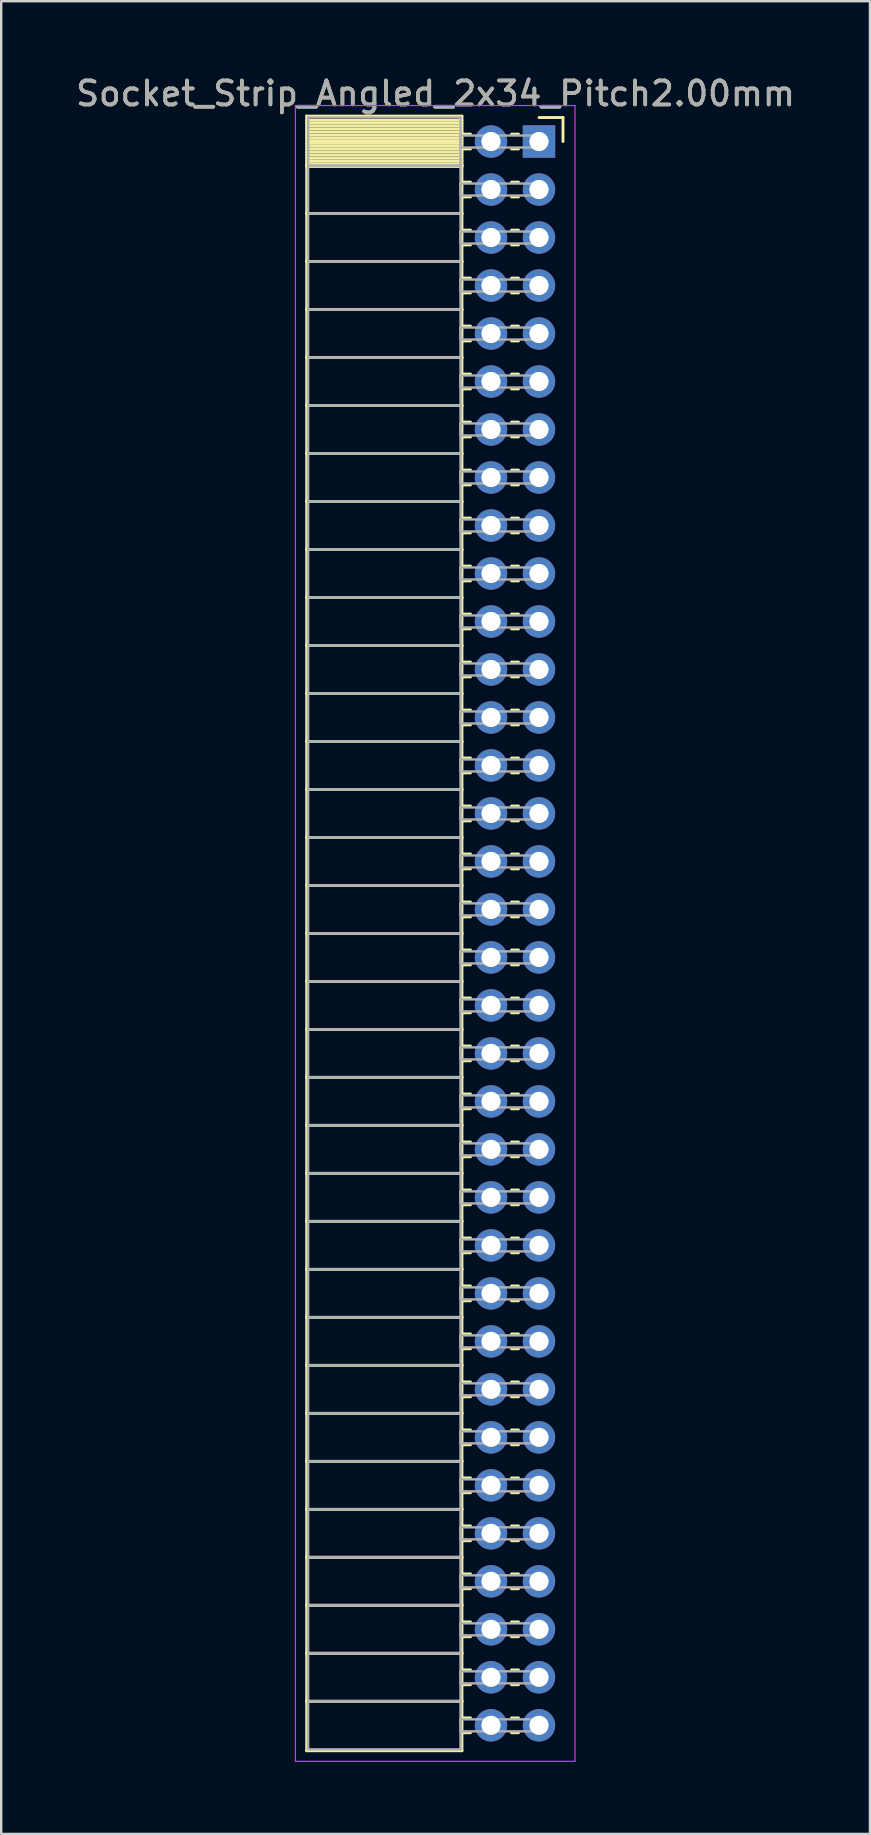
<source format=kicad_pcb>
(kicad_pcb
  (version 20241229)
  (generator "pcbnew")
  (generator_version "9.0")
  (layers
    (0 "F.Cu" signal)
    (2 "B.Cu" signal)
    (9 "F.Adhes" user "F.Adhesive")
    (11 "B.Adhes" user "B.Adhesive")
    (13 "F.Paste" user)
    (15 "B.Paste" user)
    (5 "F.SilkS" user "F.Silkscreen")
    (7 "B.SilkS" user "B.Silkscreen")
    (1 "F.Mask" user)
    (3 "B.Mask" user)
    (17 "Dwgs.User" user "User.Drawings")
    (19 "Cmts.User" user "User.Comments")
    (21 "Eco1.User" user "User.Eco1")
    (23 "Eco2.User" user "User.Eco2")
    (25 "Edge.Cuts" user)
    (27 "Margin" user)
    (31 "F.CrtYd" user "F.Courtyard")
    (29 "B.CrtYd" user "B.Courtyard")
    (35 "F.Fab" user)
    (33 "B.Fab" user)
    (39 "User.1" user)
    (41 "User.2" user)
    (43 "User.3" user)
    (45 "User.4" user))
  (footprint "Socket_Strip_Angled_2x34_Pitch2.00mm"
    (layer "F.Cu")
    (at 19.411 2.848)
    (property "Reference" "Socket_Strip_Angled_2x34_Pitch2.00mm" (at -4.31 -2 0) (layer "F.SilkS") (effects (font (size 1 1) (thickness 0.15))))
    (attr through_hole)
    (fp_line (start -9.68 -1.06) (end -3.21 -1.06) (stroke (width 0.12) (type solid)) (layer "F.SilkS"))
    (fp_line (start -9.68 1) (end -9.68 -1.06) (stroke (width 0.12) (type solid)) (layer "F.SilkS"))
    (fp_line (start -9.68 1) (end -3.21 1) (stroke (width 0.12) (type solid)) (layer "F.SilkS"))
    (fp_line (start -9.68 3) (end -9.68 1) (stroke (width 0.12) (type solid)) (layer "F.SilkS"))
    (fp_line (start -9.68 3) (end -3.21 3) (stroke (width 0.12) (type solid)) (layer "F.SilkS"))
    (fp_line (start -9.68 5) (end -9.68 3) (stroke (width 0.12) (type solid)) (layer "F.SilkS"))
    (fp_line (start -9.68 5) (end -3.21 5) (stroke (width 0.12) (type solid)) (layer "F.SilkS"))
    (fp_line (start -9.68 7) (end -9.68 5) (stroke (width 0.12) (type solid)) (layer "F.SilkS"))
    (fp_line (start -9.68 7) (end -3.21 7) (stroke (width 0.12) (type solid)) (layer "F.SilkS"))
    (fp_line (start -9.68 9) (end -9.68 7) (stroke (width 0.12) (type solid)) (layer "F.SilkS"))
    (fp_line (start -9.68 9) (end -3.21 9) (stroke (width 0.12) (type solid)) (layer "F.SilkS"))
    (fp_line (start -9.68 11) (end -9.68 9) (stroke (width 0.12) (type solid)) (layer "F.SilkS"))
    (fp_line (start -9.68 11) (end -3.21 11) (stroke (width 0.12) (type solid)) (layer "F.SilkS"))
    (fp_line (start -9.68 13) (end -9.68 11) (stroke (width 0.12) (type solid)) (layer "F.SilkS"))
    (fp_line (start -9.68 13) (end -3.21 13) (stroke (width 0.12) (type solid)) (layer "F.SilkS"))
    (fp_line (start -9.68 15) (end -9.68 13) (stroke (width 0.12) (type solid)) (layer "F.SilkS"))
    (fp_line (start -9.68 15) (end -3.21 15) (stroke (width 0.12) (type solid)) (layer "F.SilkS"))
    (fp_line (start -9.68 17) (end -9.68 15) (stroke (width 0.12) (type solid)) (layer "F.SilkS"))
    (fp_line (start -9.68 17) (end -3.21 17) (stroke (width 0.12) (type solid)) (layer "F.SilkS"))
    (fp_line (start -9.68 19) (end -9.68 17) (stroke (width 0.12) (type solid)) (layer "F.SilkS"))
    (fp_line (start -9.68 19) (end -3.21 19) (stroke (width 0.12) (type solid)) (layer "F.SilkS"))
    (fp_line (start -9.68 21) (end -9.68 19) (stroke (width 0.12) (type solid)) (layer "F.SilkS"))
    (fp_line (start -9.68 21) (end -3.21 21) (stroke (width 0.12) (type solid)) (layer "F.SilkS"))
    (fp_line (start -9.68 23) (end -9.68 21) (stroke (width 0.12) (type solid)) (layer "F.SilkS"))
    (fp_line (start -9.68 23) (end -3.21 23) (stroke (width 0.12) (type solid)) (layer "F.SilkS"))
    (fp_line (start -9.68 25) (end -9.68 23) (stroke (width 0.12) (type solid)) (layer "F.SilkS"))
    (fp_line (start -9.68 25) (end -3.21 25) (stroke (width 0.12) (type solid)) (layer "F.SilkS"))
    (fp_line (start -9.68 27) (end -9.68 25) (stroke (width 0.12) (type solid)) (layer "F.SilkS"))
    (fp_line (start -9.68 27) (end -3.21 27) (stroke (width 0.12) (type solid)) (layer "F.SilkS"))
    (fp_line (start -9.68 29) (end -9.68 27) (stroke (width 0.12) (type solid)) (layer "F.SilkS"))
    (fp_line (start -9.68 29) (end -3.21 29) (stroke (width 0.12) (type solid)) (layer "F.SilkS"))
    (fp_line (start -9.68 31) (end -9.68 29) (stroke (width 0.12) (type solid)) (layer "F.SilkS"))
    (fp_line (start -9.68 31) (end -3.21 31) (stroke (width 0.12) (type solid)) (layer "F.SilkS"))
    (fp_line (start -9.68 33) (end -9.68 31) (stroke (width 0.12) (type solid)) (layer "F.SilkS"))
    (fp_line (start -9.68 33) (end -3.21 33) (stroke (width 0.12) (type solid)) (layer "F.SilkS"))
    (fp_line (start -9.68 35) (end -9.68 33) (stroke (width 0.12) (type solid)) (layer "F.SilkS"))
    (fp_line (start -9.68 35) (end -3.21 35) (stroke (width 0.12) (type solid)) (layer "F.SilkS"))
    (fp_line (start -9.68 37) (end -9.68 35) (stroke (width 0.12) (type solid)) (layer "F.SilkS"))
    (fp_line (start -9.68 37) (end -3.21 37) (stroke (width 0.12) (type solid)) (layer "F.SilkS"))
    (fp_line (start -9.68 39) (end -9.68 37) (stroke (width 0.12) (type solid)) (layer "F.SilkS"))
    (fp_line (start -9.68 39) (end -3.21 39) (stroke (width 0.12) (type solid)) (layer "F.SilkS"))
    (fp_line (start -9.68 41) (end -9.68 39) (stroke (width 0.12) (type solid)) (layer "F.SilkS"))
    (fp_line (start -9.68 41) (end -3.21 41) (stroke (width 0.12) (type solid)) (layer "F.SilkS"))
    (fp_line (start -9.68 43) (end -9.68 41) (stroke (width 0.12) (type solid)) (layer "F.SilkS"))
    (fp_line (start -9.68 43) (end -3.21 43) (stroke (width 0.12) (type solid)) (layer "F.SilkS"))
    (fp_line (start -9.68 45) (end -9.68 43) (stroke (width 0.12) (type solid)) (layer "F.SilkS"))
    (fp_line (start -9.68 45) (end -3.21 45) (stroke (width 0.12) (type solid)) (layer "F.SilkS"))
    (fp_line (start -9.68 47) (end -9.68 45) (stroke (width 0.12) (type solid)) (layer "F.SilkS"))
    (fp_line (start -9.68 47) (end -3.21 47) (stroke (width 0.12) (type solid)) (layer "F.SilkS"))
    (fp_line (start -9.68 49) (end -9.68 47) (stroke (width 0.12) (type solid)) (layer "F.SilkS"))
    (fp_line (start -9.68 49) (end -3.21 49) (stroke (width 0.12) (type solid)) (layer "F.SilkS"))
    (fp_line (start -9.68 51) (end -9.68 49) (stroke (width 0.12) (type solid)) (layer "F.SilkS"))
    (fp_line (start -9.68 51) (end -3.21 51) (stroke (width 0.12) (type solid)) (layer "F.SilkS"))
    (fp_line (start -9.68 53) (end -9.68 51) (stroke (width 0.12) (type solid)) (layer "F.SilkS"))
    (fp_line (start -9.68 53) (end -3.21 53) (stroke (width 0.12) (type solid)) (layer "F.SilkS"))
    (fp_line (start -9.68 55) (end -9.68 53) (stroke (width 0.12) (type solid)) (layer "F.SilkS"))
    (fp_line (start -9.68 55) (end -3.21 55) (stroke (width 0.12) (type solid)) (layer "F.SilkS"))
    (fp_line (start -9.68 57) (end -9.68 55) (stroke (width 0.12) (type solid)) (layer "F.SilkS"))
    (fp_line (start -9.68 57) (end -3.21 57) (stroke (width 0.12) (type solid)) (layer "F.SilkS"))
    (fp_line (start -9.68 59) (end -9.68 57) (stroke (width 0.12) (type solid)) (layer "F.SilkS"))
    (fp_line (start -9.68 59) (end -3.21 59) (stroke (width 0.12) (type solid)) (layer "F.SilkS"))
    (fp_line (start -9.68 61) (end -9.68 59) (stroke (width 0.12) (type solid)) (layer "F.SilkS"))
    (fp_line (start -9.68 61) (end -3.21 61) (stroke (width 0.12) (type solid)) (layer "F.SilkS"))
    (fp_line (start -9.68 63) (end -9.68 61) (stroke (width 0.12) (type solid)) (layer "F.SilkS"))
    (fp_line (start -9.68 63) (end -3.21 63) (stroke (width 0.12) (type solid)) (layer "F.SilkS"))
    (fp_line (start -9.68 65) (end -9.68 63) (stroke (width 0.12) (type solid)) (layer "F.SilkS"))
    (fp_line (start -9.68 65) (end -3.21 65) (stroke (width 0.12) (type solid)) (layer "F.SilkS"))
    (fp_line (start -9.68 67.06) (end -9.68 65) (stroke (width 0.12) (type solid)) (layer "F.SilkS"))
    (fp_line (start -3.21 -1.06) (end -3.21 1) (stroke (width 0.12) (type solid)) (layer "F.SilkS"))
    (fp_line (start -3.21 -0.88) (end -9.68 -0.88) (stroke (width 0.12) (type solid)) (layer "F.SilkS"))
    (fp_line (start -3.21 -0.76) (end -9.68 -0.76) (stroke (width 0.12) (type solid)) (layer "F.SilkS"))
    (fp_line (start -3.21 -0.64) (end -9.68 -0.64) (stroke (width 0.12) (type solid)) (layer "F.SilkS"))
    (fp_line (start -3.21 -0.52) (end -9.68 -0.52) (stroke (width 0.12) (type solid)) (layer "F.SilkS"))
    (fp_line (start -3.21 -0.4) (end -9.68 -0.4) (stroke (width 0.12) (type solid)) (layer "F.SilkS"))
    (fp_line (start -3.21 -0.28) (end -9.68 -0.28) (stroke (width 0.12) (type solid)) (layer "F.SilkS"))
    (fp_line (start -3.21 -0.16) (end -9.68 -0.16) (stroke (width 0.12) (type solid)) (layer "F.SilkS"))
    (fp_line (start -3.21 -0.04) (end -9.68 -0.04) (stroke (width 0.12) (type solid)) (layer "F.SilkS"))
    (fp_line (start -3.21 0.08) (end -9.68 0.08) (stroke (width 0.12) (type solid)) (layer "F.SilkS"))
    (fp_line (start -3.21 0.2) (end -9.68 0.2) (stroke (width 0.12) (type solid)) (layer "F.SilkS"))
    (fp_line (start -3.21 0.32) (end -9.68 0.32) (stroke (width 0.12) (type solid)) (layer "F.SilkS"))
    (fp_line (start -3.21 0.44) (end -9.68 0.44) (stroke (width 0.12) (type solid)) (layer "F.SilkS"))
    (fp_line (start -3.21 0.56) (end -9.68 0.56) (stroke (width 0.12) (type solid)) (layer "F.SilkS"))
    (fp_line (start -3.21 0.68) (end -9.68 0.68) (stroke (width 0.12) (type solid)) (layer "F.SilkS"))
    (fp_line (start -3.21 0.8) (end -9.68 0.8) (stroke (width 0.12) (type solid)) (layer "F.SilkS"))
    (fp_line (start -3.21 0.92) (end -9.68 0.92) (stroke (width 0.12) (type solid)) (layer "F.SilkS"))
    (fp_line (start -3.21 1) (end -9.68 1) (stroke (width 0.12) (type solid)) (layer "F.SilkS"))
    (fp_line (start -3.21 1) (end -3.21 3) (stroke (width 0.12) (type solid)) (layer "F.SilkS"))
    (fp_line (start -3.21 1.04) (end -9.68 1.04) (stroke (width 0.12) (type solid)) (layer "F.SilkS"))
    (fp_line (start -3.21 3) (end -9.68 3) (stroke (width 0.12) (type solid)) (layer "F.SilkS"))
    (fp_line (start -3.21 3) (end -3.21 5) (stroke (width 0.12) (type solid)) (layer "F.SilkS"))
    (fp_line (start -3.21 5) (end -9.68 5) (stroke (width 0.12) (type solid)) (layer "F.SilkS"))
    (fp_line (start -3.21 5) (end -3.21 7) (stroke (width 0.12) (type solid)) (layer "F.SilkS"))
    (fp_line (start -3.21 7) (end -9.68 7) (stroke (width 0.12) (type solid)) (layer "F.SilkS"))
    (fp_line (start -3.21 7) (end -3.21 9) (stroke (width 0.12) (type solid)) (layer "F.SilkS"))
    (fp_line (start -3.21 9) (end -9.68 9) (stroke (width 0.12) (type solid)) (layer "F.SilkS"))
    (fp_line (start -3.21 9) (end -3.21 11) (stroke (width 0.12) (type solid)) (layer "F.SilkS"))
    (fp_line (start -3.21 11) (end -9.68 11) (stroke (width 0.12) (type solid)) (layer "F.SilkS"))
    (fp_line (start -3.21 11) (end -3.21 13) (stroke (width 0.12) (type solid)) (layer "F.SilkS"))
    (fp_line (start -3.21 13) (end -9.68 13) (stroke (width 0.12) (type solid)) (layer "F.SilkS"))
    (fp_line (start -3.21 13) (end -3.21 15) (stroke (width 0.12) (type solid)) (layer "F.SilkS"))
    (fp_line (start -3.21 15) (end -9.68 15) (stroke (width 0.12) (type solid)) (layer "F.SilkS"))
    (fp_line (start -3.21 15) (end -3.21 17) (stroke (width 0.12) (type solid)) (layer "F.SilkS"))
    (fp_line (start -3.21 17) (end -9.68 17) (stroke (width 0.12) (type solid)) (layer "F.SilkS"))
    (fp_line (start -3.21 17) (end -3.21 19) (stroke (width 0.12) (type solid)) (layer "F.SilkS"))
    (fp_line (start -3.21 19) (end -9.68 19) (stroke (width 0.12) (type solid)) (layer "F.SilkS"))
    (fp_line (start -3.21 19) (end -3.21 21) (stroke (width 0.12) (type solid)) (layer "F.SilkS"))
    (fp_line (start -3.21 21) (end -9.68 21) (stroke (width 0.12) (type solid)) (layer "F.SilkS"))
    (fp_line (start -3.21 21) (end -3.21 23) (stroke (width 0.12) (type solid)) (layer "F.SilkS"))
    (fp_line (start -3.21 23) (end -9.68 23) (stroke (width 0.12) (type solid)) (layer "F.SilkS"))
    (fp_line (start -3.21 23) (end -3.21 25) (stroke (width 0.12) (type solid)) (layer "F.SilkS"))
    (fp_line (start -3.21 25) (end -9.68 25) (stroke (width 0.12) (type solid)) (layer "F.SilkS"))
    (fp_line (start -3.21 25) (end -3.21 27) (stroke (width 0.12) (type solid)) (layer "F.SilkS"))
    (fp_line (start -3.21 27) (end -9.68 27) (stroke (width 0.12) (type solid)) (layer "F.SilkS"))
    (fp_line (start -3.21 27) (end -3.21 29) (stroke (width 0.12) (type solid)) (layer "F.SilkS"))
    (fp_line (start -3.21 29) (end -9.68 29) (stroke (width 0.12) (type solid)) (layer "F.SilkS"))
    (fp_line (start -3.21 29) (end -3.21 31) (stroke (width 0.12) (type solid)) (layer "F.SilkS"))
    (fp_line (start -3.21 31) (end -9.68 31) (stroke (width 0.12) (type solid)) (layer "F.SilkS"))
    (fp_line (start -3.21 31) (end -3.21 33) (stroke (width 0.12) (type solid)) (layer "F.SilkS"))
    (fp_line (start -3.21 33) (end -9.68 33) (stroke (width 0.12) (type solid)) (layer "F.SilkS"))
    (fp_line (start -3.21 33) (end -3.21 35) (stroke (width 0.12) (type solid)) (layer "F.SilkS"))
    (fp_line (start -3.21 35) (end -9.68 35) (stroke (width 0.12) (type solid)) (layer "F.SilkS"))
    (fp_line (start -3.21 35) (end -3.21 37) (stroke (width 0.12) (type solid)) (layer "F.SilkS"))
    (fp_line (start -3.21 37) (end -9.68 37) (stroke (width 0.12) (type solid)) (layer "F.SilkS"))
    (fp_line (start -3.21 37) (end -3.21 39) (stroke (width 0.12) (type solid)) (layer "F.SilkS"))
    (fp_line (start -3.21 39) (end -9.68 39) (stroke (width 0.12) (type solid)) (layer "F.SilkS"))
    (fp_line (start -3.21 39) (end -3.21 41) (stroke (width 0.12) (type solid)) (layer "F.SilkS"))
    (fp_line (start -3.21 41) (end -9.68 41) (stroke (width 0.12) (type solid)) (layer "F.SilkS"))
    (fp_line (start -3.21 41) (end -3.21 43) (stroke (width 0.12) (type solid)) (layer "F.SilkS"))
    (fp_line (start -3.21 43) (end -9.68 43) (stroke (width 0.12) (type solid)) (layer "F.SilkS"))
    (fp_line (start -3.21 43) (end -3.21 45) (stroke (width 0.12) (type solid)) (layer "F.SilkS"))
    (fp_line (start -3.21 45) (end -9.68 45) (stroke (width 0.12) (type solid)) (layer "F.SilkS"))
    (fp_line (start -3.21 45) (end -3.21 47) (stroke (width 0.12) (type solid)) (layer "F.SilkS"))
    (fp_line (start -3.21 47) (end -9.68 47) (stroke (width 0.12) (type solid)) (layer "F.SilkS"))
    (fp_line (start -3.21 47) (end -3.21 49) (stroke (width 0.12) (type solid)) (layer "F.SilkS"))
    (fp_line (start -3.21 49) (end -9.68 49) (stroke (width 0.12) (type solid)) (layer "F.SilkS"))
    (fp_line (start -3.21 49) (end -3.21 51) (stroke (width 0.12) (type solid)) (layer "F.SilkS"))
    (fp_line (start -3.21 51) (end -9.68 51) (stroke (width 0.12) (type solid)) (layer "F.SilkS"))
    (fp_line (start -3.21 51) (end -3.21 53) (stroke (width 0.12) (type solid)) (layer "F.SilkS"))
    (fp_line (start -3.21 53) (end -9.68 53) (stroke (width 0.12) (type solid)) (layer "F.SilkS"))
    (fp_line (start -3.21 53) (end -3.21 55) (stroke (width 0.12) (type solid)) (layer "F.SilkS"))
    (fp_line (start -3.21 55) (end -9.68 55) (stroke (width 0.12) (type solid)) (layer "F.SilkS"))
    (fp_line (start -3.21 55) (end -3.21 57) (stroke (width 0.12) (type solid)) (layer "F.SilkS"))
    (fp_line (start -3.21 57) (end -9.68 57) (stroke (width 0.12) (type solid)) (layer "F.SilkS"))
    (fp_line (start -3.21 57) (end -3.21 59) (stroke (width 0.12) (type solid)) (layer "F.SilkS"))
    (fp_line (start -3.21 59) (end -9.68 59) (stroke (width 0.12) (type solid)) (layer "F.SilkS"))
    (fp_line (start -3.21 59) (end -3.21 61) (stroke (width 0.12) (type solid)) (layer "F.SilkS"))
    (fp_line (start -3.21 61) (end -9.68 61) (stroke (width 0.12) (type solid)) (layer "F.SilkS"))
    (fp_line (start -3.21 61) (end -3.21 63) (stroke (width 0.12) (type solid)) (layer "F.SilkS"))
    (fp_line (start -3.21 63) (end -9.68 63) (stroke (width 0.12) (type solid)) (layer "F.SilkS"))
    (fp_line (start -3.21 63) (end -3.21 65) (stroke (width 0.12) (type solid)) (layer "F.SilkS"))
    (fp_line (start -3.21 65) (end -9.68 65) (stroke (width 0.12) (type solid)) (layer "F.SilkS"))
    (fp_line (start -3.21 65) (end -3.21 67.06) (stroke (width 0.12) (type solid)) (layer "F.SilkS"))
    (fp_line (start -3.21 67.06) (end -9.68 67.06) (stroke (width 0.12) (type solid)) (layer "F.SilkS"))
    (fp_line (start -2.855 -0.31) (end -3.21 -0.31) (stroke (width 0.12) (type solid)) (layer "F.SilkS"))
    (fp_line (start -2.855 0.31) (end -3.21 0.31) (stroke (width 0.12) (type solid)) (layer "F.SilkS"))
    (fp_line (start -2.855 1.69) (end -3.21 1.69) (stroke (width 0.12) (type solid)) (layer "F.SilkS"))
    (fp_line (start -2.855 2.31) (end -3.21 2.31) (stroke (width 0.12) (type solid)) (layer "F.SilkS"))
    (fp_line (start -2.855 3.69) (end -3.21 3.69) (stroke (width 0.12) (type solid)) (layer "F.SilkS"))
    (fp_line (start -2.855 4.31) (end -3.21 4.31) (stroke (width 0.12) (type solid)) (layer "F.SilkS"))
    (fp_line (start -2.855 5.69) (end -3.21 5.69) (stroke (width 0.12) (type solid)) (layer "F.SilkS"))
    (fp_line (start -2.855 6.31) (end -3.21 6.31) (stroke (width 0.12) (type solid)) (layer "F.SilkS"))
    (fp_line (start -2.855 7.69) (end -3.21 7.69) (stroke (width 0.12) (type solid)) (layer "F.SilkS"))
    (fp_line (start -2.855 8.31) (end -3.21 8.31) (stroke (width 0.12) (type solid)) (layer "F.SilkS"))
    (fp_line (start -2.855 9.69) (end -3.21 9.69) (stroke (width 0.12) (type solid)) (layer "F.SilkS"))
    (fp_line (start -2.855 10.31) (end -3.21 10.31) (stroke (width 0.12) (type solid)) (layer "F.SilkS"))
    (fp_line (start -2.855 11.69) (end -3.21 11.69) (stroke (width 0.12) (type solid)) (layer "F.SilkS"))
    (fp_line (start -2.855 12.31) (end -3.21 12.31) (stroke (width 0.12) (type solid)) (layer "F.SilkS"))
    (fp_line (start -2.855 13.69) (end -3.21 13.69) (stroke (width 0.12) (type solid)) (layer "F.SilkS"))
    (fp_line (start -2.855 14.31) (end -3.21 14.31) (stroke (width 0.12) (type solid)) (layer "F.SilkS"))
    (fp_line (start -2.855 15.69) (end -3.21 15.69) (stroke (width 0.12) (type solid)) (layer "F.SilkS"))
    (fp_line (start -2.855 16.31) (end -3.21 16.31) (stroke (width 0.12) (type solid)) (layer "F.SilkS"))
    (fp_line (start -2.855 17.69) (end -3.21 17.69) (stroke (width 0.12) (type solid)) (layer "F.SilkS"))
    (fp_line (start -2.855 18.31) (end -3.21 18.31) (stroke (width 0.12) (type solid)) (layer "F.SilkS"))
    (fp_line (start -2.855 19.69) (end -3.21 19.69) (stroke (width 0.12) (type solid)) (layer "F.SilkS"))
    (fp_line (start -2.855 20.31) (end -3.21 20.31) (stroke (width 0.12) (type solid)) (layer "F.SilkS"))
    (fp_line (start -2.855 21.69) (end -3.21 21.69) (stroke (width 0.12) (type solid)) (layer "F.SilkS"))
    (fp_line (start -2.855 22.31) (end -3.21 22.31) (stroke (width 0.12) (type solid)) (layer "F.SilkS"))
    (fp_line (start -2.855 23.69) (end -3.21 23.69) (stroke (width 0.12) (type solid)) (layer "F.SilkS"))
    (fp_line (start -2.855 24.31) (end -3.21 24.31) (stroke (width 0.12) (type solid)) (layer "F.SilkS"))
    (fp_line (start -2.855 25.69) (end -3.21 25.69) (stroke (width 0.12) (type solid)) (layer "F.SilkS"))
    (fp_line (start -2.855 26.31) (end -3.21 26.31) (stroke (width 0.12) (type solid)) (layer "F.SilkS"))
    (fp_line (start -2.855 27.69) (end -3.21 27.69) (stroke (width 0.12) (type solid)) (layer "F.SilkS"))
    (fp_line (start -2.855 28.31) (end -3.21 28.31) (stroke (width 0.12) (type solid)) (layer "F.SilkS"))
    (fp_line (start -2.855 29.69) (end -3.21 29.69) (stroke (width 0.12) (type solid)) (layer "F.SilkS"))
    (fp_line (start -2.855 30.31) (end -3.21 30.31) (stroke (width 0.12) (type solid)) (layer "F.SilkS"))
    (fp_line (start -2.855 31.69) (end -3.21 31.69) (stroke (width 0.12) (type solid)) (layer "F.SilkS"))
    (fp_line (start -2.855 32.31) (end -3.21 32.31) (stroke (width 0.12) (type solid)) (layer "F.SilkS"))
    (fp_line (start -2.855 33.69) (end -3.21 33.69) (stroke (width 0.12) (type solid)) (layer "F.SilkS"))
    (fp_line (start -2.855 34.31) (end -3.21 34.31) (stroke (width 0.12) (type solid)) (layer "F.SilkS"))
    (fp_line (start -2.855 35.69) (end -3.21 35.69) (stroke (width 0.12) (type solid)) (layer "F.SilkS"))
    (fp_line (start -2.855 36.31) (end -3.21 36.31) (stroke (width 0.12) (type solid)) (layer "F.SilkS"))
    (fp_line (start -2.855 37.69) (end -3.21 37.69) (stroke (width 0.12) (type solid)) (layer "F.SilkS"))
    (fp_line (start -2.855 38.31) (end -3.21 38.31) (stroke (width 0.12) (type solid)) (layer "F.SilkS"))
    (fp_line (start -2.855 39.69) (end -3.21 39.69) (stroke (width 0.12) (type solid)) (layer "F.SilkS"))
    (fp_line (start -2.855 40.31) (end -3.21 40.31) (stroke (width 0.12) (type solid)) (layer "F.SilkS"))
    (fp_line (start -2.855 41.69) (end -3.21 41.69) (stroke (width 0.12) (type solid)) (layer "F.SilkS"))
    (fp_line (start -2.855 42.31) (end -3.21 42.31) (stroke (width 0.12) (type solid)) (layer "F.SilkS"))
    (fp_line (start -2.855 43.69) (end -3.21 43.69) (stroke (width 0.12) (type solid)) (layer "F.SilkS"))
    (fp_line (start -2.855 44.31) (end -3.21 44.31) (stroke (width 0.12) (type solid)) (layer "F.SilkS"))
    (fp_line (start -2.855 45.69) (end -3.21 45.69) (stroke (width 0.12) (type solid)) (layer "F.SilkS"))
    (fp_line (start -2.855 46.31) (end -3.21 46.31) (stroke (width 0.12) (type solid)) (layer "F.SilkS"))
    (fp_line (start -2.855 47.69) (end -3.21 47.69) (stroke (width 0.12) (type solid)) (layer "F.SilkS"))
    (fp_line (start -2.855 48.31) (end -3.21 48.31) (stroke (width 0.12) (type solid)) (layer "F.SilkS"))
    (fp_line (start -2.855 49.69) (end -3.21 49.69) (stroke (width 0.12) (type solid)) (layer "F.SilkS"))
    (fp_line (start -2.855 50.31) (end -3.21 50.31) (stroke (width 0.12) (type solid)) (layer "F.SilkS"))
    (fp_line (start -2.855 51.69) (end -3.21 51.69) (stroke (width 0.12) (type solid)) (layer "F.SilkS"))
    (fp_line (start -2.855 52.31) (end -3.21 52.31) (stroke (width 0.12) (type solid)) (layer "F.SilkS"))
    (fp_line (start -2.855 53.69) (end -3.21 53.69) (stroke (width 0.12) (type solid)) (layer "F.SilkS"))
    (fp_line (start -2.855 54.31) (end -3.21 54.31) (stroke (width 0.12) (type solid)) (layer "F.SilkS"))
    (fp_line (start -2.855 55.69) (end -3.21 55.69) (stroke (width 0.12) (type solid)) (layer "F.SilkS"))
    (fp_line (start -2.855 56.31) (end -3.21 56.31) (stroke (width 0.12) (type solid)) (layer "F.SilkS"))
    (fp_line (start -2.855 57.69) (end -3.21 57.69) (stroke (width 0.12) (type solid)) (layer "F.SilkS"))
    (fp_line (start -2.855 58.31) (end -3.21 58.31) (stroke (width 0.12) (type solid)) (layer "F.SilkS"))
    (fp_line (start -2.855 59.69) (end -3.21 59.69) (stroke (width 0.12) (type solid)) (layer "F.SilkS"))
    (fp_line (start -2.855 60.31) (end -3.21 60.31) (stroke (width 0.12) (type solid)) (layer "F.SilkS"))
    (fp_line (start -2.855 61.69) (end -3.21 61.69) (stroke (width 0.12) (type solid)) (layer "F.SilkS"))
    (fp_line (start -2.855 62.31) (end -3.21 62.31) (stroke (width 0.12) (type solid)) (layer "F.SilkS"))
    (fp_line (start -2.855 63.69) (end -3.21 63.69) (stroke (width 0.12) (type solid)) (layer "F.SilkS"))
    (fp_line (start -2.855 64.31) (end -3.21 64.31) (stroke (width 0.12) (type solid)) (layer "F.SilkS"))
    (fp_line (start -2.855 65.69) (end -3.21 65.69) (stroke (width 0.12) (type solid)) (layer "F.SilkS"))
    (fp_line (start -2.855 66.31) (end -3.21 66.31) (stroke (width 0.12) (type solid)) (layer "F.SilkS"))
    (fp_line (start -0.855 -0.31) (end -1.145 -0.31) (stroke (width 0.12) (type solid)) (layer "F.SilkS"))
    (fp_line (start -0.855 0.31) (end -1.145 0.31) (stroke (width 0.12) (type solid)) (layer "F.SilkS"))
    (fp_line (start -0.855 1.69) (end -1.145 1.69) (stroke (width 0.12) (type solid)) (layer "F.SilkS"))
    (fp_line (start -0.855 2.31) (end -1.145 2.31) (stroke (width 0.12) (type solid)) (layer "F.SilkS"))
    (fp_line (start -0.855 3.69) (end -1.145 3.69) (stroke (width 0.12) (type solid)) (layer "F.SilkS"))
    (fp_line (start -0.855 4.31) (end -1.145 4.31) (stroke (width 0.12) (type solid)) (layer "F.SilkS"))
    (fp_line (start -0.855 5.69) (end -1.145 5.69) (stroke (width 0.12) (type solid)) (layer "F.SilkS"))
    (fp_line (start -0.855 6.31) (end -1.145 6.31) (stroke (width 0.12) (type solid)) (layer "F.SilkS"))
    (fp_line (start -0.855 7.69) (end -1.145 7.69) (stroke (width 0.12) (type solid)) (layer "F.SilkS"))
    (fp_line (start -0.855 8.31) (end -1.145 8.31) (stroke (width 0.12) (type solid)) (layer "F.SilkS"))
    (fp_line (start -0.855 9.69) (end -1.145 9.69) (stroke (width 0.12) (type solid)) (layer "F.SilkS"))
    (fp_line (start -0.855 10.31) (end -1.145 10.31) (stroke (width 0.12) (type solid)) (layer "F.SilkS"))
    (fp_line (start -0.855 11.69) (end -1.145 11.69) (stroke (width 0.12) (type solid)) (layer "F.SilkS"))
    (fp_line (start -0.855 12.31) (end -1.145 12.31) (stroke (width 0.12) (type solid)) (layer "F.SilkS"))
    (fp_line (start -0.855 13.69) (end -1.145 13.69) (stroke (width 0.12) (type solid)) (layer "F.SilkS"))
    (fp_line (start -0.855 14.31) (end -1.145 14.31) (stroke (width 0.12) (type solid)) (layer "F.SilkS"))
    (fp_line (start -0.855 15.69) (end -1.145 15.69) (stroke (width 0.12) (type solid)) (layer "F.SilkS"))
    (fp_line (start -0.855 16.31) (end -1.145 16.31) (stroke (width 0.12) (type solid)) (layer "F.SilkS"))
    (fp_line (start -0.855 17.69) (end -1.145 17.69) (stroke (width 0.12) (type solid)) (layer "F.SilkS"))
    (fp_line (start -0.855 18.31) (end -1.145 18.31) (stroke (width 0.12) (type solid)) (layer "F.SilkS"))
    (fp_line (start -0.855 19.69) (end -1.145 19.69) (stroke (width 0.12) (type solid)) (layer "F.SilkS"))
    (fp_line (start -0.855 20.31) (end -1.145 20.31) (stroke (width 0.12) (type solid)) (layer "F.SilkS"))
    (fp_line (start -0.855 21.69) (end -1.145 21.69) (stroke (width 0.12) (type solid)) (layer "F.SilkS"))
    (fp_line (start -0.855 22.31) (end -1.145 22.31) (stroke (width 0.12) (type solid)) (layer "F.SilkS"))
    (fp_line (start -0.855 23.69) (end -1.145 23.69) (stroke (width 0.12) (type solid)) (layer "F.SilkS"))
    (fp_line (start -0.855 24.31) (end -1.145 24.31) (stroke (width 0.12) (type solid)) (layer "F.SilkS"))
    (fp_line (start -0.855 25.69) (end -1.145 25.69) (stroke (width 0.12) (type solid)) (layer "F.SilkS"))
    (fp_line (start -0.855 26.31) (end -1.145 26.31) (stroke (width 0.12) (type solid)) (layer "F.SilkS"))
    (fp_line (start -0.855 27.69) (end -1.145 27.69) (stroke (width 0.12) (type solid)) (layer "F.SilkS"))
    (fp_line (start -0.855 28.31) (end -1.145 28.31) (stroke (width 0.12) (type solid)) (layer "F.SilkS"))
    (fp_line (start -0.855 29.69) (end -1.145 29.69) (stroke (width 0.12) (type solid)) (layer "F.SilkS"))
    (fp_line (start -0.855 30.31) (end -1.145 30.31) (stroke (width 0.12) (type solid)) (layer "F.SilkS"))
    (fp_line (start -0.855 31.69) (end -1.145 31.69) (stroke (width 0.12) (type solid)) (layer "F.SilkS"))
    (fp_line (start -0.855 32.31) (end -1.145 32.31) (stroke (width 0.12) (type solid)) (layer "F.SilkS"))
    (fp_line (start -0.855 33.69) (end -1.145 33.69) (stroke (width 0.12) (type solid)) (layer "F.SilkS"))
    (fp_line (start -0.855 34.31) (end -1.145 34.31) (stroke (width 0.12) (type solid)) (layer "F.SilkS"))
    (fp_line (start -0.855 35.69) (end -1.145 35.69) (stroke (width 0.12) (type solid)) (layer "F.SilkS"))
    (fp_line (start -0.855 36.31) (end -1.145 36.31) (stroke (width 0.12) (type solid)) (layer "F.SilkS"))
    (fp_line (start -0.855 37.69) (end -1.145 37.69) (stroke (width 0.12) (type solid)) (layer "F.SilkS"))
    (fp_line (start -0.855 38.31) (end -1.145 38.31) (stroke (width 0.12) (type solid)) (layer "F.SilkS"))
    (fp_line (start -0.855 39.69) (end -1.145 39.69) (stroke (width 0.12) (type solid)) (layer "F.SilkS"))
    (fp_line (start -0.855 40.31) (end -1.145 40.31) (stroke (width 0.12) (type solid)) (layer "F.SilkS"))
    (fp_line (start -0.855 41.69) (end -1.145 41.69) (stroke (width 0.12) (type solid)) (layer "F.SilkS"))
    (fp_line (start -0.855 42.31) (end -1.145 42.31) (stroke (width 0.12) (type solid)) (layer "F.SilkS"))
    (fp_line (start -0.855 43.69) (end -1.145 43.69) (stroke (width 0.12) (type solid)) (layer "F.SilkS"))
    (fp_line (start -0.855 44.31) (end -1.145 44.31) (stroke (width 0.12) (type solid)) (layer "F.SilkS"))
    (fp_line (start -0.855 45.69) (end -1.145 45.69) (stroke (width 0.12) (type solid)) (layer "F.SilkS"))
    (fp_line (start -0.855 46.31) (end -1.145 46.31) (stroke (width 0.12) (type solid)) (layer "F.SilkS"))
    (fp_line (start -0.855 47.69) (end -1.145 47.69) (stroke (width 0.12) (type solid)) (layer "F.SilkS"))
    (fp_line (start -0.855 48.31) (end -1.145 48.31) (stroke (width 0.12) (type solid)) (layer "F.SilkS"))
    (fp_line (start -0.855 49.69) (end -1.145 49.69) (stroke (width 0.12) (type solid)) (layer "F.SilkS"))
    (fp_line (start -0.855 50.31) (end -1.145 50.31) (stroke (width 0.12) (type solid)) (layer "F.SilkS"))
    (fp_line (start -0.855 51.69) (end -1.145 51.69) (stroke (width 0.12) (type solid)) (layer "F.SilkS"))
    (fp_line (start -0.855 52.31) (end -1.145 52.31) (stroke (width 0.12) (type solid)) (layer "F.SilkS"))
    (fp_line (start -0.855 53.69) (end -1.145 53.69) (stroke (width 0.12) (type solid)) (layer "F.SilkS"))
    (fp_line (start -0.855 54.31) (end -1.145 54.31) (stroke (width 0.12) (type solid)) (layer "F.SilkS"))
    (fp_line (start -0.855 55.69) (end -1.145 55.69) (stroke (width 0.12) (type solid)) (layer "F.SilkS"))
    (fp_line (start -0.855 56.31) (end -1.145 56.31) (stroke (width 0.12) (type solid)) (layer "F.SilkS"))
    (fp_line (start -0.855 57.69) (end -1.145 57.69) (stroke (width 0.12) (type solid)) (layer "F.SilkS"))
    (fp_line (start -0.855 58.31) (end -1.145 58.31) (stroke (width 0.12) (type solid)) (layer "F.SilkS"))
    (fp_line (start -0.855 59.69) (end -1.145 59.69) (stroke (width 0.12) (type solid)) (layer "F.SilkS"))
    (fp_line (start -0.855 60.31) (end -1.145 60.31) (stroke (width 0.12) (type solid)) (layer "F.SilkS"))
    (fp_line (start -0.855 61.69) (end -1.145 61.69) (stroke (width 0.12) (type solid)) (layer "F.SilkS"))
    (fp_line (start -0.855 62.31) (end -1.145 62.31) (stroke (width 0.12) (type solid)) (layer "F.SilkS"))
    (fp_line (start -0.855 63.69) (end -1.145 63.69) (stroke (width 0.12) (type solid)) (layer "F.SilkS"))
    (fp_line (start -0.855 64.31) (end -1.145 64.31) (stroke (width 0.12) (type solid)) (layer "F.SilkS"))
    (fp_line (start -0.855 65.69) (end -1.145 65.69) (stroke (width 0.12) (type solid)) (layer "F.SilkS"))
    (fp_line (start -0.855 66.31) (end -1.145 66.31) (stroke (width 0.12) (type solid)) (layer "F.SilkS"))
    (fp_line (start 0 -1) (end 1 -1) (stroke (width 0.12) (type solid)) (layer "F.SilkS"))
    (fp_line (start 1 -1) (end 1 0) (stroke (width 0.12) (type solid)) (layer "F.SilkS"))
    (fp_line (start -10.15 -1.5) (end 1.5 -1.5) (stroke (width 0.05) (type solid)) (layer "F.CrtYd"))
    (fp_line (start -10.15 67.5) (end -10.15 -1.5) (stroke (width 0.05) (type solid)) (layer "F.CrtYd"))
    (fp_line (start 1.5 -1.5) (end 1.5 67.5) (stroke (width 0.05) (type solid)) (layer "F.CrtYd"))
    (fp_line (start 1.5 67.5) (end -10.15 67.5) (stroke (width 0.05) (type solid)) (layer "F.CrtYd"))
    (fp_line (start -9.62 -1) (end -3.27 -1) (stroke (width 0.1) (type solid)) (layer "F.Fab"))
    (fp_line (start -9.62 1) (end -9.62 -1) (stroke (width 0.1) (type solid)) (layer "F.Fab"))
    (fp_line (start -9.62 1) (end -3.27 1) (stroke (width 0.1) (type solid)) (layer "F.Fab"))
    (fp_line (start -9.62 3) (end -9.62 1) (stroke (width 0.1) (type solid)) (layer "F.Fab"))
    (fp_line (start -9.62 3) (end -3.27 3) (stroke (width 0.1) (type solid)) (layer "F.Fab"))
    (fp_line (start -9.62 5) (end -9.62 3) (stroke (width 0.1) (type solid)) (layer "F.Fab"))
    (fp_line (start -9.62 5) (end -3.27 5) (stroke (width 0.1) (type solid)) (layer "F.Fab"))
    (fp_line (start -9.62 7) (end -9.62 5) (stroke (width 0.1) (type solid)) (layer "F.Fab"))
    (fp_line (start -9.62 7) (end -3.27 7) (stroke (width 0.1) (type solid)) (layer "F.Fab"))
    (fp_line (start -9.62 9) (end -9.62 7) (stroke (width 0.1) (type solid)) (layer "F.Fab"))
    (fp_line (start -9.62 9) (end -3.27 9) (stroke (width 0.1) (type solid)) (layer "F.Fab"))
    (fp_line (start -9.62 11) (end -9.62 9) (stroke (width 0.1) (type solid)) (layer "F.Fab"))
    (fp_line (start -9.62 11) (end -3.27 11) (stroke (width 0.1) (type solid)) (layer "F.Fab"))
    (fp_line (start -9.62 13) (end -9.62 11) (stroke (width 0.1) (type solid)) (layer "F.Fab"))
    (fp_line (start -9.62 13) (end -3.27 13) (stroke (width 0.1) (type solid)) (layer "F.Fab"))
    (fp_line (start -9.62 15) (end -9.62 13) (stroke (width 0.1) (type solid)) (layer "F.Fab"))
    (fp_line (start -9.62 15) (end -3.27 15) (stroke (width 0.1) (type solid)) (layer "F.Fab"))
    (fp_line (start -9.62 17) (end -9.62 15) (stroke (width 0.1) (type solid)) (layer "F.Fab"))
    (fp_line (start -9.62 17) (end -3.27 17) (stroke (width 0.1) (type solid)) (layer "F.Fab"))
    (fp_line (start -9.62 19) (end -9.62 17) (stroke (width 0.1) (type solid)) (layer "F.Fab"))
    (fp_line (start -9.62 19) (end -3.27 19) (stroke (width 0.1) (type solid)) (layer "F.Fab"))
    (fp_line (start -9.62 21) (end -9.62 19) (stroke (width 0.1) (type solid)) (layer "F.Fab"))
    (fp_line (start -9.62 21) (end -3.27 21) (stroke (width 0.1) (type solid)) (layer "F.Fab"))
    (fp_line (start -9.62 23) (end -9.62 21) (stroke (width 0.1) (type solid)) (layer "F.Fab"))
    (fp_line (start -9.62 23) (end -3.27 23) (stroke (width 0.1) (type solid)) (layer "F.Fab"))
    (fp_line (start -9.62 25) (end -9.62 23) (stroke (width 0.1) (type solid)) (layer "F.Fab"))
    (fp_line (start -9.62 25) (end -3.27 25) (stroke (width 0.1) (type solid)) (layer "F.Fab"))
    (fp_line (start -9.62 27) (end -9.62 25) (stroke (width 0.1) (type solid)) (layer "F.Fab"))
    (fp_line (start -9.62 27) (end -3.27 27) (stroke (width 0.1) (type solid)) (layer "F.Fab"))
    (fp_line (start -9.62 29) (end -9.62 27) (stroke (width 0.1) (type solid)) (layer "F.Fab"))
    (fp_line (start -9.62 29) (end -3.27 29) (stroke (width 0.1) (type solid)) (layer "F.Fab"))
    (fp_line (start -9.62 31) (end -9.62 29) (stroke (width 0.1) (type solid)) (layer "F.Fab"))
    (fp_line (start -9.62 31) (end -3.27 31) (stroke (width 0.1) (type solid)) (layer "F.Fab"))
    (fp_line (start -9.62 33) (end -9.62 31) (stroke (width 0.1) (type solid)) (layer "F.Fab"))
    (fp_line (start -9.62 33) (end -3.27 33) (stroke (width 0.1) (type solid)) (layer "F.Fab"))
    (fp_line (start -9.62 35) (end -9.62 33) (stroke (width 0.1) (type solid)) (layer "F.Fab"))
    (fp_line (start -9.62 35) (end -3.27 35) (stroke (width 0.1) (type solid)) (layer "F.Fab"))
    (fp_line (start -9.62 37) (end -9.62 35) (stroke (width 0.1) (type solid)) (layer "F.Fab"))
    (fp_line (start -9.62 37) (end -3.27 37) (stroke (width 0.1) (type solid)) (layer "F.Fab"))
    (fp_line (start -9.62 39) (end -9.62 37) (stroke (width 0.1) (type solid)) (layer "F.Fab"))
    (fp_line (start -9.62 39) (end -3.27 39) (stroke (width 0.1) (type solid)) (layer "F.Fab"))
    (fp_line (start -9.62 41) (end -9.62 39) (stroke (width 0.1) (type solid)) (layer "F.Fab"))
    (fp_line (start -9.62 41) (end -3.27 41) (stroke (width 0.1) (type solid)) (layer "F.Fab"))
    (fp_line (start -9.62 43) (end -9.62 41) (stroke (width 0.1) (type solid)) (layer "F.Fab"))
    (fp_line (start -9.62 43) (end -3.27 43) (stroke (width 0.1) (type solid)) (layer "F.Fab"))
    (fp_line (start -9.62 45) (end -9.62 43) (stroke (width 0.1) (type solid)) (layer "F.Fab"))
    (fp_line (start -9.62 45) (end -3.27 45) (stroke (width 0.1) (type solid)) (layer "F.Fab"))
    (fp_line (start -9.62 47) (end -9.62 45) (stroke (width 0.1) (type solid)) (layer "F.Fab"))
    (fp_line (start -9.62 47) (end -3.27 47) (stroke (width 0.1) (type solid)) (layer "F.Fab"))
    (fp_line (start -9.62 49) (end -9.62 47) (stroke (width 0.1) (type solid)) (layer "F.Fab"))
    (fp_line (start -9.62 49) (end -3.27 49) (stroke (width 0.1) (type solid)) (layer "F.Fab"))
    (fp_line (start -9.62 51) (end -9.62 49) (stroke (width 0.1) (type solid)) (layer "F.Fab"))
    (fp_line (start -9.62 51) (end -3.27 51) (stroke (width 0.1) (type solid)) (layer "F.Fab"))
    (fp_line (start -9.62 53) (end -9.62 51) (stroke (width 0.1) (type solid)) (layer "F.Fab"))
    (fp_line (start -9.62 53) (end -3.27 53) (stroke (width 0.1) (type solid)) (layer "F.Fab"))
    (fp_line (start -9.62 55) (end -9.62 53) (stroke (width 0.1) (type solid)) (layer "F.Fab"))
    (fp_line (start -9.62 55) (end -3.27 55) (stroke (width 0.1) (type solid)) (layer "F.Fab"))
    (fp_line (start -9.62 57) (end -9.62 55) (stroke (width 0.1) (type solid)) (layer "F.Fab"))
    (fp_line (start -9.62 57) (end -3.27 57) (stroke (width 0.1) (type solid)) (layer "F.Fab"))
    (fp_line (start -9.62 59) (end -9.62 57) (stroke (width 0.1) (type solid)) (layer "F.Fab"))
    (fp_line (start -9.62 59) (end -3.27 59) (stroke (width 0.1) (type solid)) (layer "F.Fab"))
    (fp_line (start -9.62 61) (end -9.62 59) (stroke (width 0.1) (type solid)) (layer "F.Fab"))
    (fp_line (start -9.62 61) (end -3.27 61) (stroke (width 0.1) (type solid)) (layer "F.Fab"))
    (fp_line (start -9.62 63) (end -9.62 61) (stroke (width 0.1) (type solid)) (layer "F.Fab"))
    (fp_line (start -9.62 63) (end -3.27 63) (stroke (width 0.1) (type solid)) (layer "F.Fab"))
    (fp_line (start -9.62 65) (end -9.62 63) (stroke (width 0.1) (type solid)) (layer "F.Fab"))
    (fp_line (start -9.62 65) (end -3.27 65) (stroke (width 0.1) (type solid)) (layer "F.Fab"))
    (fp_line (start -9.62 67) (end -9.62 65) (stroke (width 0.1) (type solid)) (layer "F.Fab"))
    (fp_line (start -3.27 -1) (end -3.27 1) (stroke (width 0.1) (type solid)) (layer "F.Fab"))
    (fp_line (start -3.27 -0.25) (end 0 -0.25) (stroke (width 0.1) (type solid)) (layer "F.Fab"))
    (fp_line (start -3.27 0.25) (end -3.27 -0.25) (stroke (width 0.1) (type solid)) (layer "F.Fab"))
    (fp_line (start -3.27 1) (end -9.62 1) (stroke (width 0.1) (type solid)) (layer "F.Fab"))
    (fp_line (start -3.27 1) (end -3.27 3) (stroke (width 0.1) (type solid)) (layer "F.Fab"))
    (fp_line (start -3.27 1.75) (end 0 1.75) (stroke (width 0.1) (type solid)) (layer "F.Fab"))
    (fp_line (start -3.27 2.25) (end -3.27 1.75) (stroke (width 0.1) (type solid)) (layer "F.Fab"))
    (fp_line (start -3.27 3) (end -9.62 3) (stroke (width 0.1) (type solid)) (layer "F.Fab"))
    (fp_line (start -3.27 3) (end -3.27 5) (stroke (width 0.1) (type solid)) (layer "F.Fab"))
    (fp_line (start -3.27 3.75) (end 0 3.75) (stroke (width 0.1) (type solid)) (layer "F.Fab"))
    (fp_line (start -3.27 4.25) (end -3.27 3.75) (stroke (width 0.1) (type solid)) (layer "F.Fab"))
    (fp_line (start -3.27 5) (end -9.62 5) (stroke (width 0.1) (type solid)) (layer "F.Fab"))
    (fp_line (start -3.27 5) (end -3.27 7) (stroke (width 0.1) (type solid)) (layer "F.Fab"))
    (fp_line (start -3.27 5.75) (end 0 5.75) (stroke (width 0.1) (type solid)) (layer "F.Fab"))
    (fp_line (start -3.27 6.25) (end -3.27 5.75) (stroke (width 0.1) (type solid)) (layer "F.Fab"))
    (fp_line (start -3.27 7) (end -9.62 7) (stroke (width 0.1) (type solid)) (layer "F.Fab"))
    (fp_line (start -3.27 7) (end -3.27 9) (stroke (width 0.1) (type solid)) (layer "F.Fab"))
    (fp_line (start -3.27 7.75) (end 0 7.75) (stroke (width 0.1) (type solid)) (layer "F.Fab"))
    (fp_line (start -3.27 8.25) (end -3.27 7.75) (stroke (width 0.1) (type solid)) (layer "F.Fab"))
    (fp_line (start -3.27 9) (end -9.62 9) (stroke (width 0.1) (type solid)) (layer "F.Fab"))
    (fp_line (start -3.27 9) (end -3.27 11) (stroke (width 0.1) (type solid)) (layer "F.Fab"))
    (fp_line (start -3.27 9.75) (end 0 9.75) (stroke (width 0.1) (type solid)) (layer "F.Fab"))
    (fp_line (start -3.27 10.25) (end -3.27 9.75) (stroke (width 0.1) (type solid)) (layer "F.Fab"))
    (fp_line (start -3.27 11) (end -9.62 11) (stroke (width 0.1) (type solid)) (layer "F.Fab"))
    (fp_line (start -3.27 11) (end -3.27 13) (stroke (width 0.1) (type solid)) (layer "F.Fab"))
    (fp_line (start -3.27 11.75) (end 0 11.75) (stroke (width 0.1) (type solid)) (layer "F.Fab"))
    (fp_line (start -3.27 12.25) (end -3.27 11.75) (stroke (width 0.1) (type solid)) (layer "F.Fab"))
    (fp_line (start -3.27 13) (end -9.62 13) (stroke (width 0.1) (type solid)) (layer "F.Fab"))
    (fp_line (start -3.27 13) (end -3.27 15) (stroke (width 0.1) (type solid)) (layer "F.Fab"))
    (fp_line (start -3.27 13.75) (end 0 13.75) (stroke (width 0.1) (type solid)) (layer "F.Fab"))
    (fp_line (start -3.27 14.25) (end -3.27 13.75) (stroke (width 0.1) (type solid)) (layer "F.Fab"))
    (fp_line (start -3.27 15) (end -9.62 15) (stroke (width 0.1) (type solid)) (layer "F.Fab"))
    (fp_line (start -3.27 15) (end -3.27 17) (stroke (width 0.1) (type solid)) (layer "F.Fab"))
    (fp_line (start -3.27 15.75) (end 0 15.75) (stroke (width 0.1) (type solid)) (layer "F.Fab"))
    (fp_line (start -3.27 16.25) (end -3.27 15.75) (stroke (width 0.1) (type solid)) (layer "F.Fab"))
    (fp_line (start -3.27 17) (end -9.62 17) (stroke (width 0.1) (type solid)) (layer "F.Fab"))
    (fp_line (start -3.27 17) (end -3.27 19) (stroke (width 0.1) (type solid)) (layer "F.Fab"))
    (fp_line (start -3.27 17.75) (end 0 17.75) (stroke (width 0.1) (type solid)) (layer "F.Fab"))
    (fp_line (start -3.27 18.25) (end -3.27 17.75) (stroke (width 0.1) (type solid)) (layer "F.Fab"))
    (fp_line (start -3.27 19) (end -9.62 19) (stroke (width 0.1) (type solid)) (layer "F.Fab"))
    (fp_line (start -3.27 19) (end -3.27 21) (stroke (width 0.1) (type solid)) (layer "F.Fab"))
    (fp_line (start -3.27 19.75) (end 0 19.75) (stroke (width 0.1) (type solid)) (layer "F.Fab"))
    (fp_line (start -3.27 20.25) (end -3.27 19.75) (stroke (width 0.1) (type solid)) (layer "F.Fab"))
    (fp_line (start -3.27 21) (end -9.62 21) (stroke (width 0.1) (type solid)) (layer "F.Fab"))
    (fp_line (start -3.27 21) (end -3.27 23) (stroke (width 0.1) (type solid)) (layer "F.Fab"))
    (fp_line (start -3.27 21.75) (end 0 21.75) (stroke (width 0.1) (type solid)) (layer "F.Fab"))
    (fp_line (start -3.27 22.25) (end -3.27 21.75) (stroke (width 0.1) (type solid)) (layer "F.Fab"))
    (fp_line (start -3.27 23) (end -9.62 23) (stroke (width 0.1) (type solid)) (layer "F.Fab"))
    (fp_line (start -3.27 23) (end -3.27 25) (stroke (width 0.1) (type solid)) (layer "F.Fab"))
    (fp_line (start -3.27 23.75) (end 0 23.75) (stroke (width 0.1) (type solid)) (layer "F.Fab"))
    (fp_line (start -3.27 24.25) (end -3.27 23.75) (stroke (width 0.1) (type solid)) (layer "F.Fab"))
    (fp_line (start -3.27 25) (end -9.62 25) (stroke (width 0.1) (type solid)) (layer "F.Fab"))
    (fp_line (start -3.27 25) (end -3.27 27) (stroke (width 0.1) (type solid)) (layer "F.Fab"))
    (fp_line (start -3.27 25.75) (end 0 25.75) (stroke (width 0.1) (type solid)) (layer "F.Fab"))
    (fp_line (start -3.27 26.25) (end -3.27 25.75) (stroke (width 0.1) (type solid)) (layer "F.Fab"))
    (fp_line (start -3.27 27) (end -9.62 27) (stroke (width 0.1) (type solid)) (layer "F.Fab"))
    (fp_line (start -3.27 27) (end -3.27 29) (stroke (width 0.1) (type solid)) (layer "F.Fab"))
    (fp_line (start -3.27 27.75) (end 0 27.75) (stroke (width 0.1) (type solid)) (layer "F.Fab"))
    (fp_line (start -3.27 28.25) (end -3.27 27.75) (stroke (width 0.1) (type solid)) (layer "F.Fab"))
    (fp_line (start -3.27 29) (end -9.62 29) (stroke (width 0.1) (type solid)) (layer "F.Fab"))
    (fp_line (start -3.27 29) (end -3.27 31) (stroke (width 0.1) (type solid)) (layer "F.Fab"))
    (fp_line (start -3.27 29.75) (end 0 29.75) (stroke (width 0.1) (type solid)) (layer "F.Fab"))
    (fp_line (start -3.27 30.25) (end -3.27 29.75) (stroke (width 0.1) (type solid)) (layer "F.Fab"))
    (fp_line (start -3.27 31) (end -9.62 31) (stroke (width 0.1) (type solid)) (layer "F.Fab"))
    (fp_line (start -3.27 31) (end -3.27 33) (stroke (width 0.1) (type solid)) (layer "F.Fab"))
    (fp_line (start -3.27 31.75) (end 0 31.75) (stroke (width 0.1) (type solid)) (layer "F.Fab"))
    (fp_line (start -3.27 32.25) (end -3.27 31.75) (stroke (width 0.1) (type solid)) (layer "F.Fab"))
    (fp_line (start -3.27 33) (end -9.62 33) (stroke (width 0.1) (type solid)) (layer "F.Fab"))
    (fp_line (start -3.27 33) (end -3.27 35) (stroke (width 0.1) (type solid)) (layer "F.Fab"))
    (fp_line (start -3.27 33.75) (end 0 33.75) (stroke (width 0.1) (type solid)) (layer "F.Fab"))
    (fp_line (start -3.27 34.25) (end -3.27 33.75) (stroke (width 0.1) (type solid)) (layer "F.Fab"))
    (fp_line (start -3.27 35) (end -9.62 35) (stroke (width 0.1) (type solid)) (layer "F.Fab"))
    (fp_line (start -3.27 35) (end -3.27 37) (stroke (width 0.1) (type solid)) (layer "F.Fab"))
    (fp_line (start -3.27 35.75) (end 0 35.75) (stroke (width 0.1) (type solid)) (layer "F.Fab"))
    (fp_line (start -3.27 36.25) (end -3.27 35.75) (stroke (width 0.1) (type solid)) (layer "F.Fab"))
    (fp_line (start -3.27 37) (end -9.62 37) (stroke (width 0.1) (type solid)) (layer "F.Fab"))
    (fp_line (start -3.27 37) (end -3.27 39) (stroke (width 0.1) (type solid)) (layer "F.Fab"))
    (fp_line (start -3.27 37.75) (end 0 37.75) (stroke (width 0.1) (type solid)) (layer "F.Fab"))
    (fp_line (start -3.27 38.25) (end -3.27 37.75) (stroke (width 0.1) (type solid)) (layer "F.Fab"))
    (fp_line (start -3.27 39) (end -9.62 39) (stroke (width 0.1) (type solid)) (layer "F.Fab"))
    (fp_line (start -3.27 39) (end -3.27 41) (stroke (width 0.1) (type solid)) (layer "F.Fab"))
    (fp_line (start -3.27 39.75) (end 0 39.75) (stroke (width 0.1) (type solid)) (layer "F.Fab"))
    (fp_line (start -3.27 40.25) (end -3.27 39.75) (stroke (width 0.1) (type solid)) (layer "F.Fab"))
    (fp_line (start -3.27 41) (end -9.62 41) (stroke (width 0.1) (type solid)) (layer "F.Fab"))
    (fp_line (start -3.27 41) (end -3.27 43) (stroke (width 0.1) (type solid)) (layer "F.Fab"))
    (fp_line (start -3.27 41.75) (end 0 41.75) (stroke (width 0.1) (type solid)) (layer "F.Fab"))
    (fp_line (start -3.27 42.25) (end -3.27 41.75) (stroke (width 0.1) (type solid)) (layer "F.Fab"))
    (fp_line (start -3.27 43) (end -9.62 43) (stroke (width 0.1) (type solid)) (layer "F.Fab"))
    (fp_line (start -3.27 43) (end -3.27 45) (stroke (width 0.1) (type solid)) (layer "F.Fab"))
    (fp_line (start -3.27 43.75) (end 0 43.75) (stroke (width 0.1) (type solid)) (layer "F.Fab"))
    (fp_line (start -3.27 44.25) (end -3.27 43.75) (stroke (width 0.1) (type solid)) (layer "F.Fab"))
    (fp_line (start -3.27 45) (end -9.62 45) (stroke (width 0.1) (type solid)) (layer "F.Fab"))
    (fp_line (start -3.27 45) (end -3.27 47) (stroke (width 0.1) (type solid)) (layer "F.Fab"))
    (fp_line (start -3.27 45.75) (end 0 45.75) (stroke (width 0.1) (type solid)) (layer "F.Fab"))
    (fp_line (start -3.27 46.25) (end -3.27 45.75) (stroke (width 0.1) (type solid)) (layer "F.Fab"))
    (fp_line (start -3.27 47) (end -9.62 47) (stroke (width 0.1) (type solid)) (layer "F.Fab"))
    (fp_line (start -3.27 47) (end -3.27 49) (stroke (width 0.1) (type solid)) (layer "F.Fab"))
    (fp_line (start -3.27 47.75) (end 0 47.75) (stroke (width 0.1) (type solid)) (layer "F.Fab"))
    (fp_line (start -3.27 48.25) (end -3.27 47.75) (stroke (width 0.1) (type solid)) (layer "F.Fab"))
    (fp_line (start -3.27 49) (end -9.62 49) (stroke (width 0.1) (type solid)) (layer "F.Fab"))
    (fp_line (start -3.27 49) (end -3.27 51) (stroke (width 0.1) (type solid)) (layer "F.Fab"))
    (fp_line (start -3.27 49.75) (end 0 49.75) (stroke (width 0.1) (type solid)) (layer "F.Fab"))
    (fp_line (start -3.27 50.25) (end -3.27 49.75) (stroke (width 0.1) (type solid)) (layer "F.Fab"))
    (fp_line (start -3.27 51) (end -9.62 51) (stroke (width 0.1) (type solid)) (layer "F.Fab"))
    (fp_line (start -3.27 51) (end -3.27 53) (stroke (width 0.1) (type solid)) (layer "F.Fab"))
    (fp_line (start -3.27 51.75) (end 0 51.75) (stroke (width 0.1) (type solid)) (layer "F.Fab"))
    (fp_line (start -3.27 52.25) (end -3.27 51.75) (stroke (width 0.1) (type solid)) (layer "F.Fab"))
    (fp_line (start -3.27 53) (end -9.62 53) (stroke (width 0.1) (type solid)) (layer "F.Fab"))
    (fp_line (start -3.27 53) (end -3.27 55) (stroke (width 0.1) (type solid)) (layer "F.Fab"))
    (fp_line (start -3.27 53.75) (end 0 53.75) (stroke (width 0.1) (type solid)) (layer "F.Fab"))
    (fp_line (start -3.27 54.25) (end -3.27 53.75) (stroke (width 0.1) (type solid)) (layer "F.Fab"))
    (fp_line (start -3.27 55) (end -9.62 55) (stroke (width 0.1) (type solid)) (layer "F.Fab"))
    (fp_line (start -3.27 55) (end -3.27 57) (stroke (width 0.1) (type solid)) (layer "F.Fab"))
    (fp_line (start -3.27 55.75) (end 0 55.75) (stroke (width 0.1) (type solid)) (layer "F.Fab"))
    (fp_line (start -3.27 56.25) (end -3.27 55.75) (stroke (width 0.1) (type solid)) (layer "F.Fab"))
    (fp_line (start -3.27 57) (end -9.62 57) (stroke (width 0.1) (type solid)) (layer "F.Fab"))
    (fp_line (start -3.27 57) (end -3.27 59) (stroke (width 0.1) (type solid)) (layer "F.Fab"))
    (fp_line (start -3.27 57.75) (end 0 57.75) (stroke (width 0.1) (type solid)) (layer "F.Fab"))
    (fp_line (start -3.27 58.25) (end -3.27 57.75) (stroke (width 0.1) (type solid)) (layer "F.Fab"))
    (fp_line (start -3.27 59) (end -9.62 59) (stroke (width 0.1) (type solid)) (layer "F.Fab"))
    (fp_line (start -3.27 59) (end -3.27 61) (stroke (width 0.1) (type solid)) (layer "F.Fab"))
    (fp_line (start -3.27 59.75) (end 0 59.75) (stroke (width 0.1) (type solid)) (layer "F.Fab"))
    (fp_line (start -3.27 60.25) (end -3.27 59.75) (stroke (width 0.1) (type solid)) (layer "F.Fab"))
    (fp_line (start -3.27 61) (end -9.62 61) (stroke (width 0.1) (type solid)) (layer "F.Fab"))
    (fp_line (start -3.27 61) (end -3.27 63) (stroke (width 0.1) (type solid)) (layer "F.Fab"))
    (fp_line (start -3.27 61.75) (end 0 61.75) (stroke (width 0.1) (type solid)) (layer "F.Fab"))
    (fp_line (start -3.27 62.25) (end -3.27 61.75) (stroke (width 0.1) (type solid)) (layer "F.Fab"))
    (fp_line (start -3.27 63) (end -9.62 63) (stroke (width 0.1) (type solid)) (layer "F.Fab"))
    (fp_line (start -3.27 63) (end -3.27 65) (stroke (width 0.1) (type solid)) (layer "F.Fab"))
    (fp_line (start -3.27 63.75) (end 0 63.75) (stroke (width 0.1) (type solid)) (layer "F.Fab"))
    (fp_line (start -3.27 64.25) (end -3.27 63.75) (stroke (width 0.1) (type solid)) (layer "F.Fab"))
    (fp_line (start -3.27 65) (end -9.62 65) (stroke (width 0.1) (type solid)) (layer "F.Fab"))
    (fp_line (start -3.27 65) (end -3.27 67) (stroke (width 0.1) (type solid)) (layer "F.Fab"))
    (fp_line (start -3.27 65.75) (end 0 65.75) (stroke (width 0.1) (type solid)) (layer "F.Fab"))
    (fp_line (start -3.27 66.25) (end -3.27 65.75) (stroke (width 0.1) (type solid)) (layer "F.Fab"))
    (fp_line (start -3.27 67) (end -9.62 67) (stroke (width 0.1) (type solid)) (layer "F.Fab"))
    (fp_line (start 0 -0.25) (end 0 0.25) (stroke (width 0.1) (type solid)) (layer "F.Fab"))
    (fp_line (start 0 0.25) (end -3.27 0.25) (stroke (width 0.1) (type solid)) (layer "F.Fab"))
    (fp_line (start 0 1.75) (end 0 2.25) (stroke (width 0.1) (type solid)) (layer "F.Fab"))
    (fp_line (start 0 2.25) (end -3.27 2.25) (stroke (width 0.1) (type solid)) (layer "F.Fab"))
    (fp_line (start 0 3.75) (end 0 4.25) (stroke (width 0.1) (type solid)) (layer "F.Fab"))
    (fp_line (start 0 4.25) (end -3.27 4.25) (stroke (width 0.1) (type solid)) (layer "F.Fab"))
    (fp_line (start 0 5.75) (end 0 6.25) (stroke (width 0.1) (type solid)) (layer "F.Fab"))
    (fp_line (start 0 6.25) (end -3.27 6.25) (stroke (width 0.1) (type solid)) (layer "F.Fab"))
    (fp_line (start 0 7.75) (end 0 8.25) (stroke (width 0.1) (type solid)) (layer "F.Fab"))
    (fp_line (start 0 8.25) (end -3.27 8.25) (stroke (width 0.1) (type solid)) (layer "F.Fab"))
    (fp_line (start 0 9.75) (end 0 10.25) (stroke (width 0.1) (type solid)) (layer "F.Fab"))
    (fp_line (start 0 10.25) (end -3.27 10.25) (stroke (width 0.1) (type solid)) (layer "F.Fab"))
    (fp_line (start 0 11.75) (end 0 12.25) (stroke (width 0.1) (type solid)) (layer "F.Fab"))
    (fp_line (start 0 12.25) (end -3.27 12.25) (stroke (width 0.1) (type solid)) (layer "F.Fab"))
    (fp_line (start 0 13.75) (end 0 14.25) (stroke (width 0.1) (type solid)) (layer "F.Fab"))
    (fp_line (start 0 14.25) (end -3.27 14.25) (stroke (width 0.1) (type solid)) (layer "F.Fab"))
    (fp_line (start 0 15.75) (end 0 16.25) (stroke (width 0.1) (type solid)) (layer "F.Fab"))
    (fp_line (start 0 16.25) (end -3.27 16.25) (stroke (width 0.1) (type solid)) (layer "F.Fab"))
    (fp_line (start 0 17.75) (end 0 18.25) (stroke (width 0.1) (type solid)) (layer "F.Fab"))
    (fp_line (start 0 18.25) (end -3.27 18.25) (stroke (width 0.1) (type solid)) (layer "F.Fab"))
    (fp_line (start 0 19.75) (end 0 20.25) (stroke (width 0.1) (type solid)) (layer "F.Fab"))
    (fp_line (start 0 20.25) (end -3.27 20.25) (stroke (width 0.1) (type solid)) (layer "F.Fab"))
    (fp_line (start 0 21.75) (end 0 22.25) (stroke (width 0.1) (type solid)) (layer "F.Fab"))
    (fp_line (start 0 22.25) (end -3.27 22.25) (stroke (width 0.1) (type solid)) (layer "F.Fab"))
    (fp_line (start 0 23.75) (end 0 24.25) (stroke (width 0.1) (type solid)) (layer "F.Fab"))
    (fp_line (start 0 24.25) (end -3.27 24.25) (stroke (width 0.1) (type solid)) (layer "F.Fab"))
    (fp_line (start 0 25.75) (end 0 26.25) (stroke (width 0.1) (type solid)) (layer "F.Fab"))
    (fp_line (start 0 26.25) (end -3.27 26.25) (stroke (width 0.1) (type solid)) (layer "F.Fab"))
    (fp_line (start 0 27.75) (end 0 28.25) (stroke (width 0.1) (type solid)) (layer "F.Fab"))
    (fp_line (start 0 28.25) (end -3.27 28.25) (stroke (width 0.1) (type solid)) (layer "F.Fab"))
    (fp_line (start 0 29.75) (end 0 30.25) (stroke (width 0.1) (type solid)) (layer "F.Fab"))
    (fp_line (start 0 30.25) (end -3.27 30.25) (stroke (width 0.1) (type solid)) (layer "F.Fab"))
    (fp_line (start 0 31.75) (end 0 32.25) (stroke (width 0.1) (type solid)) (layer "F.Fab"))
    (fp_line (start 0 32.25) (end -3.27 32.25) (stroke (width 0.1) (type solid)) (layer "F.Fab"))
    (fp_line (start 0 33.75) (end 0 34.25) (stroke (width 0.1) (type solid)) (layer "F.Fab"))
    (fp_line (start 0 34.25) (end -3.27 34.25) (stroke (width 0.1) (type solid)) (layer "F.Fab"))
    (fp_line (start 0 35.75) (end 0 36.25) (stroke (width 0.1) (type solid)) (layer "F.Fab"))
    (fp_line (start 0 36.25) (end -3.27 36.25) (stroke (width 0.1) (type solid)) (layer "F.Fab"))
    (fp_line (start 0 37.75) (end 0 38.25) (stroke (width 0.1) (type solid)) (layer "F.Fab"))
    (fp_line (start 0 38.25) (end -3.27 38.25) (stroke (width 0.1) (type solid)) (layer "F.Fab"))
    (fp_line (start 0 39.75) (end 0 40.25) (stroke (width 0.1) (type solid)) (layer "F.Fab"))
    (fp_line (start 0 40.25) (end -3.27 40.25) (stroke (width 0.1) (type solid)) (layer "F.Fab"))
    (fp_line (start 0 41.75) (end 0 42.25) (stroke (width 0.1) (type solid)) (layer "F.Fab"))
    (fp_line (start 0 42.25) (end -3.27 42.25) (stroke (width 0.1) (type solid)) (layer "F.Fab"))
    (fp_line (start 0 43.75) (end 0 44.25) (stroke (width 0.1) (type solid)) (layer "F.Fab"))
    (fp_line (start 0 44.25) (end -3.27 44.25) (stroke (width 0.1) (type solid)) (layer "F.Fab"))
    (fp_line (start 0 45.75) (end 0 46.25) (stroke (width 0.1) (type solid)) (layer "F.Fab"))
    (fp_line (start 0 46.25) (end -3.27 46.25) (stroke (width 0.1) (type solid)) (layer "F.Fab"))
    (fp_line (start 0 47.75) (end 0 48.25) (stroke (width 0.1) (type solid)) (layer "F.Fab"))
    (fp_line (start 0 48.25) (end -3.27 48.25) (stroke (width 0.1) (type solid)) (layer "F.Fab"))
    (fp_line (start 0 49.75) (end 0 50.25) (stroke (width 0.1) (type solid)) (layer "F.Fab"))
    (fp_line (start 0 50.25) (end -3.27 50.25) (stroke (width 0.1) (type solid)) (layer "F.Fab"))
    (fp_line (start 0 51.75) (end 0 52.25) (stroke (width 0.1) (type solid)) (layer "F.Fab"))
    (fp_line (start 0 52.25) (end -3.27 52.25) (stroke (width 0.1) (type solid)) (layer "F.Fab"))
    (fp_line (start 0 53.75) (end 0 54.25) (stroke (width 0.1) (type solid)) (layer "F.Fab"))
    (fp_line (start 0 54.25) (end -3.27 54.25) (stroke (width 0.1) (type solid)) (layer "F.Fab"))
    (fp_line (start 0 55.75) (end 0 56.25) (stroke (width 0.1) (type solid)) (layer "F.Fab"))
    (fp_line (start 0 56.25) (end -3.27 56.25) (stroke (width 0.1) (type solid)) (layer "F.Fab"))
    (fp_line (start 0 57.75) (end 0 58.25) (stroke (width 0.1) (type solid)) (layer "F.Fab"))
    (fp_line (start 0 58.25) (end -3.27 58.25) (stroke (width 0.1) (type solid)) (layer "F.Fab"))
    (fp_line (start 0 59.75) (end 0 60.25) (stroke (width 0.1) (type solid)) (layer "F.Fab"))
    (fp_line (start 0 60.25) (end -3.27 60.25) (stroke (width 0.1) (type solid)) (layer "F.Fab"))
    (fp_line (start 0 61.75) (end 0 62.25) (stroke (width 0.1) (type solid)) (layer "F.Fab"))
    (fp_line (start 0 62.25) (end -3.27 62.25) (stroke (width 0.1) (type solid)) (layer "F.Fab"))
    (fp_line (start 0 63.75) (end 0 64.25) (stroke (width 0.1) (type solid)) (layer "F.Fab"))
    (fp_line (start 0 64.25) (end -3.27 64.25) (stroke (width 0.1) (type solid)) (layer "F.Fab"))
    (fp_line (start 0 65.75) (end 0 66.25) (stroke (width 0.1) (type solid)) (layer "F.Fab"))
    (fp_line (start 0 66.25) (end -3.27 66.25) (stroke (width 0.1) (type solid)) (layer "F.Fab"))
    (fp_text user "${REFERENCE}" (at -4.31 -2 0) (layer "F.Fab") (effects (font (size 1 1) (thickness 0.15))))
    (pad "1" thru_hole rect (at 0 0) (size 1.35 1.35) (drill 0.8) (layers "*.Cu" "*.Mask"))
    (pad "2" thru_hole oval (at -2 0) (size 1.35 1.35) (drill 0.8) (layers "*.Cu" "*.Mask"))
    (pad "3" thru_hole oval (at 0 2) (size 1.35 1.35) (drill 0.8) (layers "*.Cu" "*.Mask"))
    (pad "4" thru_hole oval (at -2 2) (size 1.35 1.35) (drill 0.8) (layers "*.Cu" "*.Mask"))
    (pad "5" thru_hole oval (at 0 4) (size 1.35 1.35) (drill 0.8) (layers "*.Cu" "*.Mask"))
    (pad "6" thru_hole oval (at -2 4) (size 1.35 1.35) (drill 0.8) (layers "*.Cu" "*.Mask"))
    (pad "7" thru_hole oval (at 0 6) (size 1.35 1.35) (drill 0.8) (layers "*.Cu" "*.Mask"))
    (pad "8" thru_hole oval (at -2 6) (size 1.35 1.35) (drill 0.8) (layers "*.Cu" "*.Mask"))
    (pad "9" thru_hole oval (at 0 8) (size 1.35 1.35) (drill 0.8) (layers "*.Cu" "*.Mask"))
    (pad "10" thru_hole oval (at -2 8) (size 1.35 1.35) (drill 0.8) (layers "*.Cu" "*.Mask"))
    (pad "11" thru_hole oval (at 0 10) (size 1.35 1.35) (drill 0.8) (layers "*.Cu" "*.Mask"))
    (pad "12" thru_hole oval (at -2 10) (size 1.35 1.35) (drill 0.8) (layers "*.Cu" "*.Mask"))
    (pad "13" thru_hole oval (at 0 12) (size 1.35 1.35) (drill 0.8) (layers "*.Cu" "*.Mask"))
    (pad "14" thru_hole oval (at -2 12) (size 1.35 1.35) (drill 0.8) (layers "*.Cu" "*.Mask"))
    (pad "15" thru_hole oval (at 0 14) (size 1.35 1.35) (drill 0.8) (layers "*.Cu" "*.Mask"))
    (pad "16" thru_hole oval (at -2 14) (size 1.35 1.35) (drill 0.8) (layers "*.Cu" "*.Mask"))
    (pad "17" thru_hole oval (at 0 16) (size 1.35 1.35) (drill 0.8) (layers "*.Cu" "*.Mask"))
    (pad "18" thru_hole oval (at -2 16) (size 1.35 1.35) (drill 0.8) (layers "*.Cu" "*.Mask"))
    (pad "19" thru_hole oval (at 0 18) (size 1.35 1.35) (drill 0.8) (layers "*.Cu" "*.Mask"))
    (pad "20" thru_hole oval (at -2 18) (size 1.35 1.35) (drill 0.8) (layers "*.Cu" "*.Mask"))
    (pad "21" thru_hole oval (at 0 20) (size 1.35 1.35) (drill 0.8) (layers "*.Cu" "*.Mask"))
    (pad "22" thru_hole oval (at -2 20) (size 1.35 1.35) (drill 0.8) (layers "*.Cu" "*.Mask"))
    (pad "23" thru_hole oval (at 0 22) (size 1.35 1.35) (drill 0.8) (layers "*.Cu" "*.Mask"))
    (pad "24" thru_hole oval (at -2 22) (size 1.35 1.35) (drill 0.8) (layers "*.Cu" "*.Mask"))
    (pad "25" thru_hole oval (at 0 24) (size 1.35 1.35) (drill 0.8) (layers "*.Cu" "*.Mask"))
    (pad "26" thru_hole oval (at -2 24) (size 1.35 1.35) (drill 0.8) (layers "*.Cu" "*.Mask"))
    (pad "27" thru_hole oval (at 0 26) (size 1.35 1.35) (drill 0.8) (layers "*.Cu" "*.Mask"))
    (pad "28" thru_hole oval (at -2 26) (size 1.35 1.35) (drill 0.8) (layers "*.Cu" "*.Mask"))
    (pad "29" thru_hole oval (at 0 28) (size 1.35 1.35) (drill 0.8) (layers "*.Cu" "*.Mask"))
    (pad "30" thru_hole oval (at -2 28) (size 1.35 1.35) (drill 0.8) (layers "*.Cu" "*.Mask"))
    (pad "31" thru_hole oval (at 0 30) (size 1.35 1.35) (drill 0.8) (layers "*.Cu" "*.Mask"))
    (pad "32" thru_hole oval (at -2 30) (size 1.35 1.35) (drill 0.8) (layers "*.Cu" "*.Mask"))
    (pad "33" thru_hole oval (at 0 32) (size 1.35 1.35) (drill 0.8) (layers "*.Cu" "*.Mask"))
    (pad "34" thru_hole oval (at -2 32) (size 1.35 1.35) (drill 0.8) (layers "*.Cu" "*.Mask"))
    (pad "35" thru_hole oval (at 0 34) (size 1.35 1.35) (drill 0.8) (layers "*.Cu" "*.Mask"))
    (pad "36" thru_hole oval (at -2 34) (size 1.35 1.35) (drill 0.8) (layers "*.Cu" "*.Mask"))
    (pad "37" thru_hole oval (at 0 36) (size 1.35 1.35) (drill 0.8) (layers "*.Cu" "*.Mask"))
    (pad "38" thru_hole oval (at -2 36) (size 1.35 1.35) (drill 0.8) (layers "*.Cu" "*.Mask"))
    (pad "39" thru_hole oval (at 0 38) (size 1.35 1.35) (drill 0.8) (layers "*.Cu" "*.Mask"))
    (pad "40" thru_hole oval (at -2 38) (size 1.35 1.35) (drill 0.8) (layers "*.Cu" "*.Mask"))
    (pad "41" thru_hole oval (at 0 40) (size 1.35 1.35) (drill 0.8) (layers "*.Cu" "*.Mask"))
    (pad "42" thru_hole oval (at -2 40) (size 1.35 1.35) (drill 0.8) (layers "*.Cu" "*.Mask"))
    (pad "43" thru_hole oval (at 0 42) (size 1.35 1.35) (drill 0.8) (layers "*.Cu" "*.Mask"))
    (pad "44" thru_hole oval (at -2 42) (size 1.35 1.35) (drill 0.8) (layers "*.Cu" "*.Mask"))
    (pad "45" thru_hole oval (at 0 44) (size 1.35 1.35) (drill 0.8) (layers "*.Cu" "*.Mask"))
    (pad "46" thru_hole oval (at -2 44) (size 1.35 1.35) (drill 0.8) (layers "*.Cu" "*.Mask"))
    (pad "47" thru_hole oval (at 0 46) (size 1.35 1.35) (drill 0.8) (layers "*.Cu" "*.Mask"))
    (pad "48" thru_hole oval (at -2 46) (size 1.35 1.35) (drill 0.8) (layers "*.Cu" "*.Mask"))
    (pad "49" thru_hole oval (at 0 48) (size 1.35 1.35) (drill 0.8) (layers "*.Cu" "*.Mask"))
    (pad "50" thru_hole oval (at -2 48) (size 1.35 1.35) (drill 0.8) (layers "*.Cu" "*.Mask"))
    (pad "51" thru_hole oval (at 0 50) (size 1.35 1.35) (drill 0.8) (layers "*.Cu" "*.Mask"))
    (pad "52" thru_hole oval (at -2 50) (size 1.35 1.35) (drill 0.8) (layers "*.Cu" "*.Mask"))
    (pad "53" thru_hole oval (at 0 52) (size 1.35 1.35) (drill 0.8) (layers "*.Cu" "*.Mask"))
    (pad "54" thru_hole oval (at -2 52) (size 1.35 1.35) (drill 0.8) (layers "*.Cu" "*.Mask"))
    (pad "55" thru_hole oval (at 0 54) (size 1.35 1.35) (drill 0.8) (layers "*.Cu" "*.Mask"))
    (pad "56" thru_hole oval (at -2 54) (size 1.35 1.35) (drill 0.8) (layers "*.Cu" "*.Mask"))
    (pad "57" thru_hole oval (at 0 56) (size 1.35 1.35) (drill 0.8) (layers "*.Cu" "*.Mask"))
    (pad "58" thru_hole oval (at -2 56) (size 1.35 1.35) (drill 0.8) (layers "*.Cu" "*.Mask"))
    (pad "59" thru_hole oval (at 0 58) (size 1.35 1.35) (drill 0.8) (layers "*.Cu" "*.Mask"))
    (pad "60" thru_hole oval (at -2 58) (size 1.35 1.35) (drill 0.8) (layers "*.Cu" "*.Mask"))
    (pad "61" thru_hole oval (at 0 60) (size 1.35 1.35) (drill 0.8) (layers "*.Cu" "*.Mask"))
    (pad "62" thru_hole oval (at -2 60) (size 1.35 1.35) (drill 0.8) (layers "*.Cu" "*.Mask"))
    (pad "63" thru_hole oval (at 0 62) (size 1.35 1.35) (drill 0.8) (layers "*.Cu" "*.Mask"))
    (pad "64" thru_hole oval (at -2 62) (size 1.35 1.35) (drill 0.8) (layers "*.Cu" "*.Mask"))
    (pad "65" thru_hole oval (at 0 64) (size 1.35 1.35) (drill 0.8) (layers "*.Cu" "*.Mask"))
    (pad "66" thru_hole oval (at -2 64) (size 1.35 1.35) (drill 0.8) (layers "*.Cu" "*.Mask"))
    (pad "67" thru_hole oval (at 0 66) (size 1.35 1.35) (drill 0.8) (layers "*.Cu" "*.Mask"))
    (pad "68" thru_hole oval (at -2 66) (size 1.35 1.35) (drill 0.8) (layers "*.Cu" "*.Mask")))
  (gr_rect
    (start -3 -3)
    (end 33.202 73.373)
    (stroke (width 0.1) (type default))
    (fill no)
    (layer "Edge.Cuts")))
</source>
